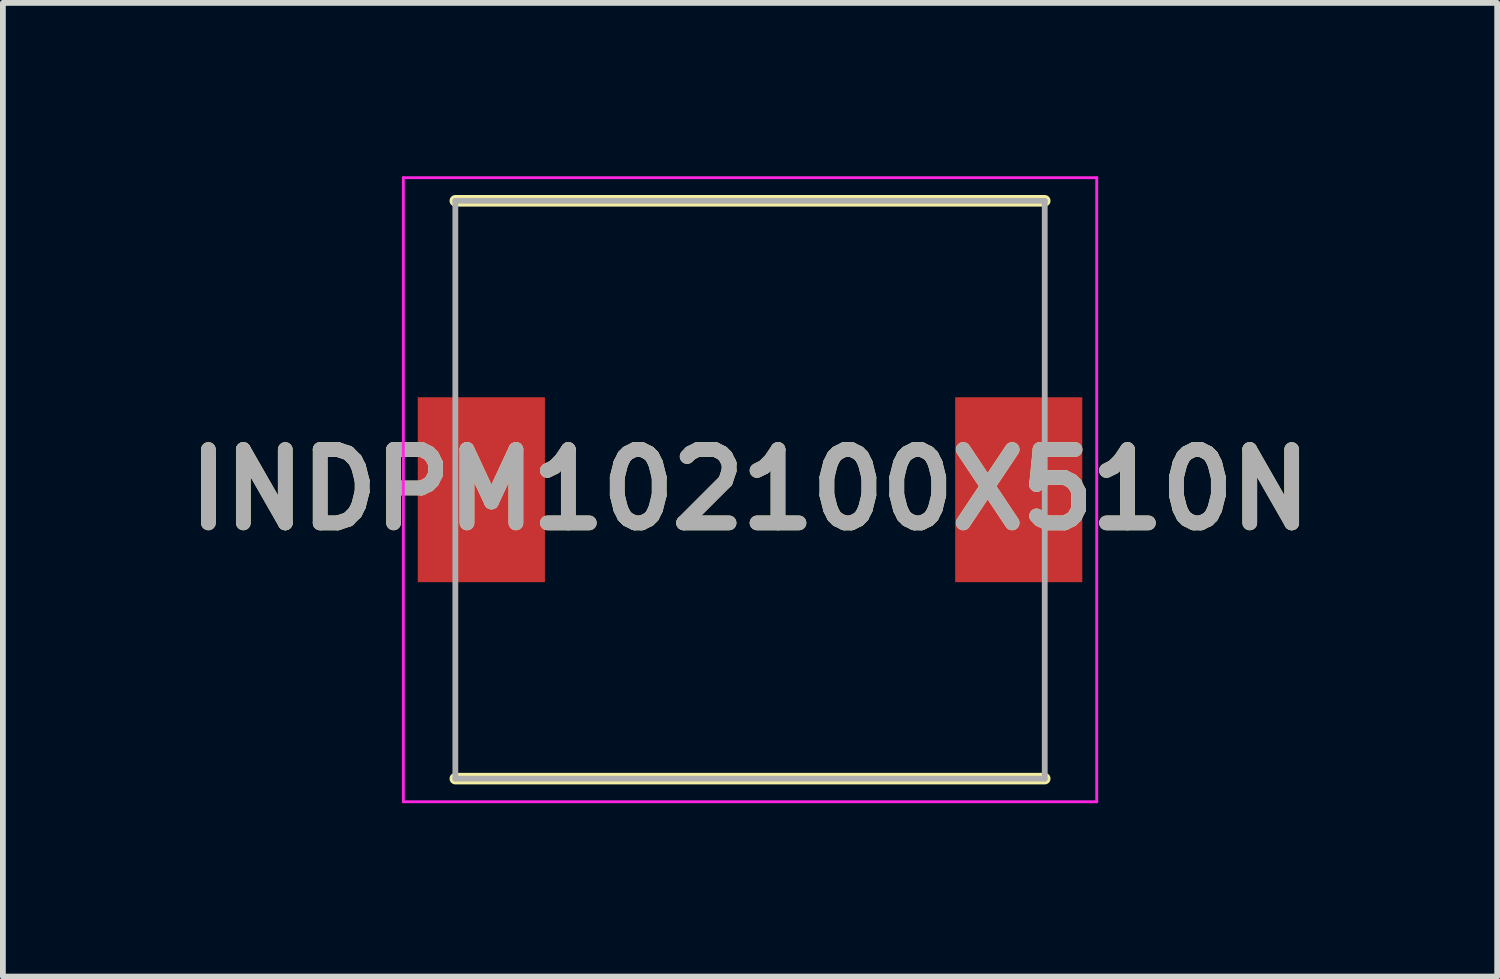
<source format=kicad_pcb>
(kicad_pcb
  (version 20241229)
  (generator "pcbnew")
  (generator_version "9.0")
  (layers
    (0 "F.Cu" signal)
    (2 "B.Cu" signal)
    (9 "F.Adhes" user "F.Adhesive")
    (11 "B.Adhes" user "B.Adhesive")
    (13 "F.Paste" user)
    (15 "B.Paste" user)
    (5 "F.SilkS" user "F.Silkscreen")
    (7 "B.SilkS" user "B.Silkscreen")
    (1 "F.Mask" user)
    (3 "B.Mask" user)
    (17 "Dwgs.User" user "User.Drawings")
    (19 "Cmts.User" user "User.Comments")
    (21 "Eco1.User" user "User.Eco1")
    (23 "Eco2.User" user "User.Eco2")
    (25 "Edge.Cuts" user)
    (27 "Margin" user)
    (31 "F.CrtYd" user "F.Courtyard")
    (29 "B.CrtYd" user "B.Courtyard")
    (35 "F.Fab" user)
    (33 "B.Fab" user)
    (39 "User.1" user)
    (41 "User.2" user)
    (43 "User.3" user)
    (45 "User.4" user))
  (footprint "INDPM102100X510N"
    (layer "F.Cu")
    (at 9.93 5.425)
    (property "Reference" "INDPM102100X510N" (at 0 0 0) (layer "F.SilkS") (effects (font (size 1.27 1.27) (thickness 0.254))))
    (attr smd)
    (fp_line (start -5.1 5) (end 5.1 5) (stroke (width 0.2) (type solid)) (layer "F.SilkS"))
    (fp_line (start 5.1 -5) (end -5.1 -5) (stroke (width 0.2) (type solid)) (layer "F.SilkS"))
    (fp_line (start -6 -5.4) (end 6 -5.4) (stroke (width 0.05) (type solid)) (layer "F.CrtYd"))
    (fp_line (start -6 5.4) (end -6 -5.4) (stroke (width 0.05) (type solid)) (layer "F.CrtYd"))
    (fp_line (start 6 -5.4) (end 6 5.4) (stroke (width 0.05) (type solid)) (layer "F.CrtYd"))
    (fp_line (start 6 5.4) (end -6 5.4) (stroke (width 0.05) (type solid)) (layer "F.CrtYd"))
    (fp_line (start -5.1 -5) (end 5.1 -5) (stroke (width 0.1) (type solid)) (layer "F.Fab"))
    (fp_line (start -5.1 5) (end -5.1 -5) (stroke (width 0.1) (type solid)) (layer "F.Fab"))
    (fp_line (start 5.1 -5) (end 5.1 5) (stroke (width 0.1) (type solid)) (layer "F.Fab"))
    (fp_line (start 5.1 5) (end -5.1 5) (stroke (width 0.1) (type solid)) (layer "F.Fab"))
    (fp_text user "${REFERENCE}" (at 0 0 0) (layer "F.Fab") (effects (font (size 1.27 1.27) (thickness 0.254))))
    (pad "1" smd rect (at -4.65 0) (size 2.2 3.2) (layers "F.Cu" "F.Mask" "F.Paste"))
    (pad "2" smd rect (at 4.65 0) (size 2.2 3.2) (layers "F.Cu" "F.Mask" "F.Paste")))
  (gr_rect
    (start -3 -3)
    (end 22.86 13.85)
    (stroke (width 0.1) (type default))
    (fill no)
    (layer "Edge.Cuts")))
</source>
